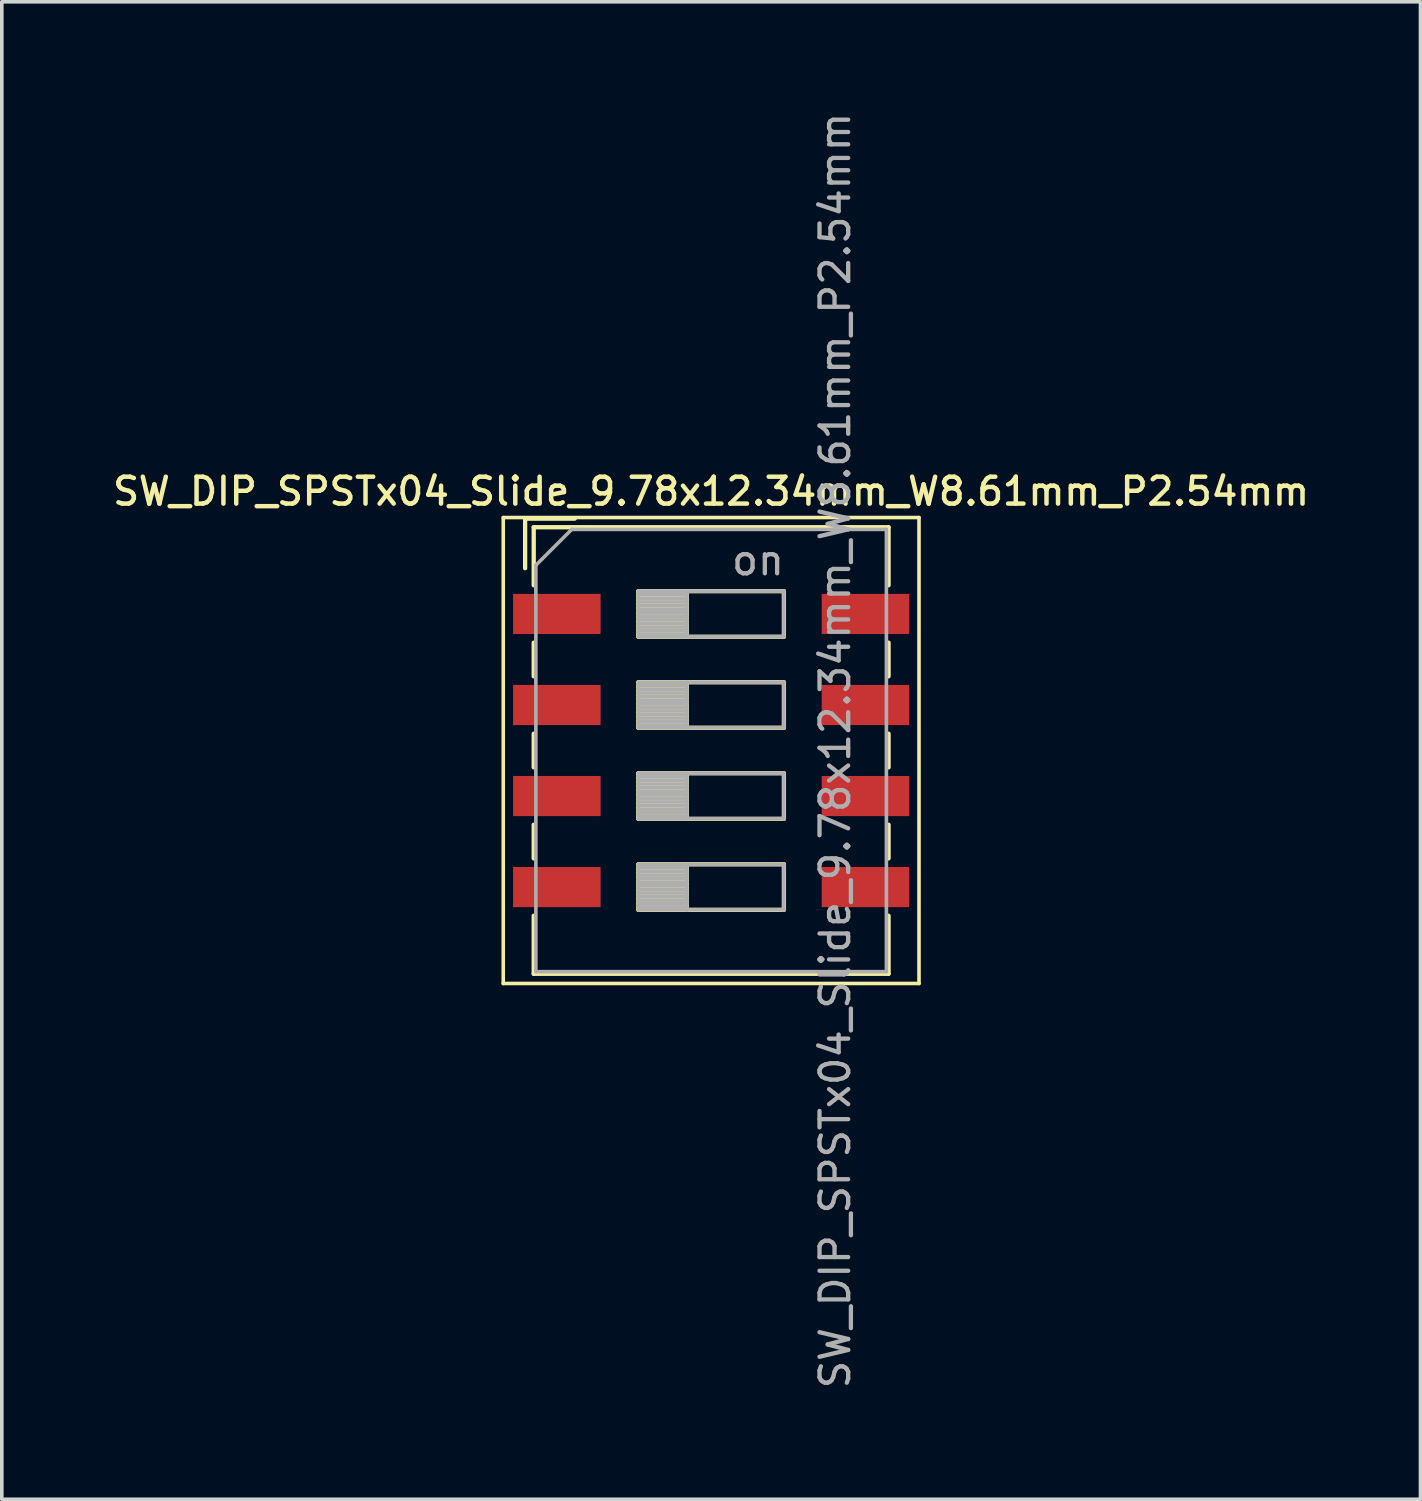
<source format=kicad_pcb>
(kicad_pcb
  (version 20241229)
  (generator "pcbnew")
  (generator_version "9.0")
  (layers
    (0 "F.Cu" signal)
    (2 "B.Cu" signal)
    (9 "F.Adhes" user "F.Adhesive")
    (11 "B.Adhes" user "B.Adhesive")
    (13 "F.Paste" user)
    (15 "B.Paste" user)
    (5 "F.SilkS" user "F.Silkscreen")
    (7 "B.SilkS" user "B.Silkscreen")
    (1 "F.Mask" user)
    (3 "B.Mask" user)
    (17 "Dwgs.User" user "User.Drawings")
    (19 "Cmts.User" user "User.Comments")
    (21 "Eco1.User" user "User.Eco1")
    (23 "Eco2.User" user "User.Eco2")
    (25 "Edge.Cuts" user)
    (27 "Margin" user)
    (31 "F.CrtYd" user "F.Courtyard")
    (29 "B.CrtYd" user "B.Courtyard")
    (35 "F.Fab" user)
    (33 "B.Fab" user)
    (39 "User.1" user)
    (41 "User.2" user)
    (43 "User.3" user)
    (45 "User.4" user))
  (footprint "SW_DIP_SPSTx04_Slide_9.78x12.34mm_W8.61mm_P2.54mm"
    (layer "F.Cu")
    (at 16.791 17.89)
    (property "Reference" "SW_DIP_SPSTx04_Slide_9.78x12.34mm_W8.61mm_P2.54mm" (at 0 -7.23 0) (layer "F.SilkS") (effects (font (size 0.75 0.75) (thickness 0.125))))
    (attr smd)
    (fp_line (start -5.8 -6.5) (end -5.8 6.5) (stroke (width 0.1) (type solid)) (layer "F.SilkS"))
    (fp_line (start -5.8 6.5) (end 5.8 6.5) (stroke (width 0.1) (type solid)) (layer "F.SilkS"))
    (fp_line (start -5.19 -6.47) (end -5.19 -5.087) (stroke (width 0.12) (type solid)) (layer "F.SilkS"))
    (fp_line (start -5.19 -6.47) (end -3.806 -6.47) (stroke (width 0.12) (type solid)) (layer "F.SilkS"))
    (fp_line (start -4.95 -6.23) (end -4.95 -4.61) (stroke (width 0.12) (type solid)) (layer "F.SilkS"))
    (fp_line (start -4.95 -6.23) (end 4.95 -6.23) (stroke (width 0.12) (type solid)) (layer "F.SilkS"))
    (fp_line (start -4.95 -3.01) (end -4.95 -2.07) (stroke (width 0.12) (type solid)) (layer "F.SilkS"))
    (fp_line (start -4.95 -0.47) (end -4.95 0.47) (stroke (width 0.12) (type solid)) (layer "F.SilkS"))
    (fp_line (start -4.95 2.07) (end -4.95 3.01) (stroke (width 0.12) (type solid)) (layer "F.SilkS"))
    (fp_line (start -4.95 4.61) (end -4.95 6.23) (stroke (width 0.12) (type solid)) (layer "F.SilkS"))
    (fp_line (start -4.95 6.23) (end 4.95 6.23) (stroke (width 0.12) (type solid)) (layer "F.SilkS"))
    (fp_line (start -2.03 -4.445) (end -2.03 -3.175) (stroke (width 0.12) (type solid)) (layer "F.SilkS"))
    (fp_line (start -2.03 -4.325) (end -0.677 -4.325) (stroke (width 0.12) (type solid)) (layer "F.SilkS"))
    (fp_line (start -2.03 -4.205) (end -0.677 -4.205) (stroke (width 0.12) (type solid)) (layer "F.SilkS"))
    (fp_line (start -2.03 -4.085) (end -0.677 -4.085) (stroke (width 0.12) (type solid)) (layer "F.SilkS"))
    (fp_line (start -2.03 -3.965) (end -0.677 -3.965) (stroke (width 0.12) (type solid)) (layer "F.SilkS"))
    (fp_line (start -2.03 -3.845) (end -0.677 -3.845) (stroke (width 0.12) (type solid)) (layer "F.SilkS"))
    (fp_line (start -2.03 -3.725) (end -0.677 -3.725) (stroke (width 0.12) (type solid)) (layer "F.SilkS"))
    (fp_line (start -2.03 -3.605) (end -0.677 -3.605) (stroke (width 0.12) (type solid)) (layer "F.SilkS"))
    (fp_line (start -2.03 -3.485) (end -0.677 -3.485) (stroke (width 0.12) (type solid)) (layer "F.SilkS"))
    (fp_line (start -2.03 -3.365) (end -0.677 -3.365) (stroke (width 0.12) (type solid)) (layer "F.SilkS"))
    (fp_line (start -2.03 -3.245) (end -0.677 -3.245) (stroke (width 0.12) (type solid)) (layer "F.SilkS"))
    (fp_line (start -2.03 -3.175) (end 2.03 -3.175) (stroke (width 0.12) (type solid)) (layer "F.SilkS"))
    (fp_line (start -2.03 -1.905) (end -2.03 -0.635) (stroke (width 0.12) (type solid)) (layer "F.SilkS"))
    (fp_line (start -2.03 -1.785) (end -0.677 -1.785) (stroke (width 0.12) (type solid)) (layer "F.SilkS"))
    (fp_line (start -2.03 -1.665) (end -0.677 -1.665) (stroke (width 0.12) (type solid)) (layer "F.SilkS"))
    (fp_line (start -2.03 -1.545) (end -0.677 -1.545) (stroke (width 0.12) (type solid)) (layer "F.SilkS"))
    (fp_line (start -2.03 -1.425) (end -0.677 -1.425) (stroke (width 0.12) (type solid)) (layer "F.SilkS"))
    (fp_line (start -2.03 -1.305) (end -0.677 -1.305) (stroke (width 0.12) (type solid)) (layer "F.SilkS"))
    (fp_line (start -2.03 -1.185) (end -0.677 -1.185) (stroke (width 0.12) (type solid)) (layer "F.SilkS"))
    (fp_line (start -2.03 -1.065) (end -0.677 -1.065) (stroke (width 0.12) (type solid)) (layer "F.SilkS"))
    (fp_line (start -2.03 -0.945) (end -0.677 -0.945) (stroke (width 0.12) (type solid)) (layer "F.SilkS"))
    (fp_line (start -2.03 -0.825) (end -0.677 -0.825) (stroke (width 0.12) (type solid)) (layer "F.SilkS"))
    (fp_line (start -2.03 -0.705) (end -0.677 -0.705) (stroke (width 0.12) (type solid)) (layer "F.SilkS"))
    (fp_line (start -2.03 -0.635) (end 2.03 -0.635) (stroke (width 0.12) (type solid)) (layer "F.SilkS"))
    (fp_line (start -2.03 0.635) (end -2.03 1.905) (stroke (width 0.12) (type solid)) (layer "F.SilkS"))
    (fp_line (start -2.03 0.755) (end -0.677 0.755) (stroke (width 0.12) (type solid)) (layer "F.SilkS"))
    (fp_line (start -2.03 0.875) (end -0.677 0.875) (stroke (width 0.12) (type solid)) (layer "F.SilkS"))
    (fp_line (start -2.03 0.995) (end -0.677 0.995) (stroke (width 0.12) (type solid)) (layer "F.SilkS"))
    (fp_line (start -2.03 1.115) (end -0.677 1.115) (stroke (width 0.12) (type solid)) (layer "F.SilkS"))
    (fp_line (start -2.03 1.235) (end -0.677 1.235) (stroke (width 0.12) (type solid)) (layer "F.SilkS"))
    (fp_line (start -2.03 1.355) (end -0.677 1.355) (stroke (width 0.12) (type solid)) (layer "F.SilkS"))
    (fp_line (start -2.03 1.475) (end -0.677 1.475) (stroke (width 0.12) (type solid)) (layer "F.SilkS"))
    (fp_line (start -2.03 1.595) (end -0.677 1.595) (stroke (width 0.12) (type solid)) (layer "F.SilkS"))
    (fp_line (start -2.03 1.715) (end -0.677 1.715) (stroke (width 0.12) (type solid)) (layer "F.SilkS"))
    (fp_line (start -2.03 1.835) (end -0.677 1.835) (stroke (width 0.12) (type solid)) (layer "F.SilkS"))
    (fp_line (start -2.03 1.905) (end 2.03 1.905) (stroke (width 0.12) (type solid)) (layer "F.SilkS"))
    (fp_line (start -2.03 3.175) (end -2.03 4.445) (stroke (width 0.12) (type solid)) (layer "F.SilkS"))
    (fp_line (start -2.03 3.295) (end -0.677 3.295) (stroke (width 0.12) (type solid)) (layer "F.SilkS"))
    (fp_line (start -2.03 3.415) (end -0.677 3.415) (stroke (width 0.12) (type solid)) (layer "F.SilkS"))
    (fp_line (start -2.03 3.535) (end -0.677 3.535) (stroke (width 0.12) (type solid)) (layer "F.SilkS"))
    (fp_line (start -2.03 3.655) (end -0.677 3.655) (stroke (width 0.12) (type solid)) (layer "F.SilkS"))
    (fp_line (start -2.03 3.775) (end -0.677 3.775) (stroke (width 0.12) (type solid)) (layer "F.SilkS"))
    (fp_line (start -2.03 3.895) (end -0.677 3.895) (stroke (width 0.12) (type solid)) (layer "F.SilkS"))
    (fp_line (start -2.03 4.015) (end -0.677 4.015) (stroke (width 0.12) (type solid)) (layer "F.SilkS"))
    (fp_line (start -2.03 4.135) (end -0.677 4.135) (stroke (width 0.12) (type solid)) (layer "F.SilkS"))
    (fp_line (start -2.03 4.255) (end -0.677 4.255) (stroke (width 0.12) (type solid)) (layer "F.SilkS"))
    (fp_line (start -2.03 4.375) (end -0.677 4.375) (stroke (width 0.12) (type solid)) (layer "F.SilkS"))
    (fp_line (start -2.03 4.445) (end 2.03 4.445) (stroke (width 0.12) (type solid)) (layer "F.SilkS"))
    (fp_line (start -0.677 -4.445) (end -0.677 -3.175) (stroke (width 0.12) (type solid)) (layer "F.SilkS"))
    (fp_line (start -0.677 -1.905) (end -0.677 -0.635) (stroke (width 0.12) (type solid)) (layer "F.SilkS"))
    (fp_line (start -0.677 0.635) (end -0.677 1.905) (stroke (width 0.12) (type solid)) (layer "F.SilkS"))
    (fp_line (start -0.677 3.175) (end -0.677 4.445) (stroke (width 0.12) (type solid)) (layer "F.SilkS"))
    (fp_line (start 2.03 -4.445) (end -2.03 -4.445) (stroke (width 0.12) (type solid)) (layer "F.SilkS"))
    (fp_line (start 2.03 -3.175) (end 2.03 -4.445) (stroke (width 0.12) (type solid)) (layer "F.SilkS"))
    (fp_line (start 2.03 -1.905) (end -2.03 -1.905) (stroke (width 0.12) (type solid)) (layer "F.SilkS"))
    (fp_line (start 2.03 -0.635) (end 2.03 -1.905) (stroke (width 0.12) (type solid)) (layer "F.SilkS"))
    (fp_line (start 2.03 0.635) (end -2.03 0.635) (stroke (width 0.12) (type solid)) (layer "F.SilkS"))
    (fp_line (start 2.03 1.905) (end 2.03 0.635) (stroke (width 0.12) (type solid)) (layer "F.SilkS"))
    (fp_line (start 2.03 3.175) (end -2.03 3.175) (stroke (width 0.12) (type solid)) (layer "F.SilkS"))
    (fp_line (start 2.03 4.445) (end 2.03 3.175) (stroke (width 0.12) (type solid)) (layer "F.SilkS"))
    (fp_line (start 4.95 -6.23) (end 4.95 -4.61) (stroke (width 0.12) (type solid)) (layer "F.SilkS"))
    (fp_line (start 4.95 -3.01) (end 4.95 -2.07) (stroke (width 0.12) (type solid)) (layer "F.SilkS"))
    (fp_line (start 4.95 -0.47) (end 4.95 0.47) (stroke (width 0.12) (type solid)) (layer "F.SilkS"))
    (fp_line (start 4.95 2.07) (end 4.95 3.01) (stroke (width 0.12) (type solid)) (layer "F.SilkS"))
    (fp_line (start 4.95 4.61) (end 4.95 6.23) (stroke (width 0.12) (type solid)) (layer "F.SilkS"))
    (fp_line (start 5.8 -6.5) (end -5.8 -6.5) (stroke (width 0.1) (type solid)) (layer "F.SilkS"))
    (fp_line (start 5.8 6.5) (end 5.8 -6.5) (stroke (width 0.1) (type solid)) (layer "F.SilkS"))
    (fp_line (start -4.89 -5.17) (end -3.89 -6.17) (stroke (width 0.1) (type solid)) (layer "F.Fab"))
    (fp_line (start -4.89 6.17) (end -4.89 -5.17) (stroke (width 0.1) (type solid)) (layer "F.Fab"))
    (fp_line (start -3.89 -6.17) (end 4.89 -6.17) (stroke (width 0.1) (type solid)) (layer "F.Fab"))
    (fp_line (start -2.03 -4.445) (end -2.03 -3.175) (stroke (width 0.1) (type solid)) (layer "F.Fab"))
    (fp_line (start -2.03 -4.345) (end -0.677 -4.345) (stroke (width 0.1) (type solid)) (layer "F.Fab"))
    (fp_line (start -2.03 -4.245) (end -0.677 -4.245) (stroke (width 0.1) (type solid)) (layer "F.Fab"))
    (fp_line (start -2.03 -4.145) (end -0.677 -4.145) (stroke (width 0.1) (type solid)) (layer "F.Fab"))
    (fp_line (start -2.03 -4.045) (end -0.677 -4.045) (stroke (width 0.1) (type solid)) (layer "F.Fab"))
    (fp_line (start -2.03 -3.945) (end -0.677 -3.945) (stroke (width 0.1) (type solid)) (layer "F.Fab"))
    (fp_line (start -2.03 -3.845) (end -0.677 -3.845) (stroke (width 0.1) (type solid)) (layer "F.Fab"))
    (fp_line (start -2.03 -3.745) (end -0.677 -3.745) (stroke (width 0.1) (type solid)) (layer "F.Fab"))
    (fp_line (start -2.03 -3.645) (end -0.677 -3.645) (stroke (width 0.1) (type solid)) (layer "F.Fab"))
    (fp_line (start -2.03 -3.545) (end -0.677 -3.545) (stroke (width 0.1) (type solid)) (layer "F.Fab"))
    (fp_line (start -2.03 -3.445) (end -0.677 -3.445) (stroke (width 0.1) (type solid)) (layer "F.Fab"))
    (fp_line (start -2.03 -3.345) (end -0.677 -3.345) (stroke (width 0.1) (type solid)) (layer "F.Fab"))
    (fp_line (start -2.03 -3.245) (end -0.677 -3.245) (stroke (width 0.1) (type solid)) (layer "F.Fab"))
    (fp_line (start -2.03 -3.175) (end 2.03 -3.175) (stroke (width 0.1) (type solid)) (layer "F.Fab"))
    (fp_line (start -2.03 -1.905) (end -2.03 -0.635) (stroke (width 0.1) (type solid)) (layer "F.Fab"))
    (fp_line (start -2.03 -1.805) (end -0.677 -1.805) (stroke (width 0.1) (type solid)) (layer "F.Fab"))
    (fp_line (start -2.03 -1.705) (end -0.677 -1.705) (stroke (width 0.1) (type solid)) (layer "F.Fab"))
    (fp_line (start -2.03 -1.605) (end -0.677 -1.605) (stroke (width 0.1) (type solid)) (layer "F.Fab"))
    (fp_line (start -2.03 -1.505) (end -0.677 -1.505) (stroke (width 0.1) (type solid)) (layer "F.Fab"))
    (fp_line (start -2.03 -1.405) (end -0.677 -1.405) (stroke (width 0.1) (type solid)) (layer "F.Fab"))
    (fp_line (start -2.03 -1.305) (end -0.677 -1.305) (stroke (width 0.1) (type solid)) (layer "F.Fab"))
    (fp_line (start -2.03 -1.205) (end -0.677 -1.205) (stroke (width 0.1) (type solid)) (layer "F.Fab"))
    (fp_line (start -2.03 -1.105) (end -0.677 -1.105) (stroke (width 0.1) (type solid)) (layer "F.Fab"))
    (fp_line (start -2.03 -1.005) (end -0.677 -1.005) (stroke (width 0.1) (type solid)) (layer "F.Fab"))
    (fp_line (start -2.03 -0.905) (end -0.677 -0.905) (stroke (width 0.1) (type solid)) (layer "F.Fab"))
    (fp_line (start -2.03 -0.805) (end -0.677 -0.805) (stroke (width 0.1) (type solid)) (layer "F.Fab"))
    (fp_line (start -2.03 -0.705) (end -0.677 -0.705) (stroke (width 0.1) (type solid)) (layer "F.Fab"))
    (fp_line (start -2.03 -0.635) (end 2.03 -0.635) (stroke (width 0.1) (type solid)) (layer "F.Fab"))
    (fp_line (start -2.03 0.635) (end -2.03 1.905) (stroke (width 0.1) (type solid)) (layer "F.Fab"))
    (fp_line (start -2.03 0.735) (end -0.677 0.735) (stroke (width 0.1) (type solid)) (layer "F.Fab"))
    (fp_line (start -2.03 0.835) (end -0.677 0.835) (stroke (width 0.1) (type solid)) (layer "F.Fab"))
    (fp_line (start -2.03 0.935) (end -0.677 0.935) (stroke (width 0.1) (type solid)) (layer "F.Fab"))
    (fp_line (start -2.03 1.035) (end -0.677 1.035) (stroke (width 0.1) (type solid)) (layer "F.Fab"))
    (fp_line (start -2.03 1.135) (end -0.677 1.135) (stroke (width 0.1) (type solid)) (layer "F.Fab"))
    (fp_line (start -2.03 1.235) (end -0.677 1.235) (stroke (width 0.1) (type solid)) (layer "F.Fab"))
    (fp_line (start -2.03 1.335) (end -0.677 1.335) (stroke (width 0.1) (type solid)) (layer "F.Fab"))
    (fp_line (start -2.03 1.435) (end -0.677 1.435) (stroke (width 0.1) (type solid)) (layer "F.Fab"))
    (fp_line (start -2.03 1.535) (end -0.677 1.535) (stroke (width 0.1) (type solid)) (layer "F.Fab"))
    (fp_line (start -2.03 1.635) (end -0.677 1.635) (stroke (width 0.1) (type solid)) (layer "F.Fab"))
    (fp_line (start -2.03 1.735) (end -0.677 1.735) (stroke (width 0.1) (type solid)) (layer "F.Fab"))
    (fp_line (start -2.03 1.835) (end -0.677 1.835) (stroke (width 0.1) (type solid)) (layer "F.Fab"))
    (fp_line (start -2.03 1.905) (end 2.03 1.905) (stroke (width 0.1) (type solid)) (layer "F.Fab"))
    (fp_line (start -2.03 3.175) (end -2.03 4.445) (stroke (width 0.1) (type solid)) (layer "F.Fab"))
    (fp_line (start -2.03 3.275) (end -0.677 3.275) (stroke (width 0.1) (type solid)) (layer "F.Fab"))
    (fp_line (start -2.03 3.375) (end -0.677 3.375) (stroke (width 0.1) (type solid)) (layer "F.Fab"))
    (fp_line (start -2.03 3.475) (end -0.677 3.475) (stroke (width 0.1) (type solid)) (layer "F.Fab"))
    (fp_line (start -2.03 3.575) (end -0.677 3.575) (stroke (width 0.1) (type solid)) (layer "F.Fab"))
    (fp_line (start -2.03 3.675) (end -0.677 3.675) (stroke (width 0.1) (type solid)) (layer "F.Fab"))
    (fp_line (start -2.03 3.775) (end -0.677 3.775) (stroke (width 0.1) (type solid)) (layer "F.Fab"))
    (fp_line (start -2.03 3.875) (end -0.677 3.875) (stroke (width 0.1) (type solid)) (layer "F.Fab"))
    (fp_line (start -2.03 3.975) (end -0.677 3.975) (stroke (width 0.1) (type solid)) (layer "F.Fab"))
    (fp_line (start -2.03 4.075) (end -0.677 4.075) (stroke (width 0.1) (type solid)) (layer "F.Fab"))
    (fp_line (start -2.03 4.175) (end -0.677 4.175) (stroke (width 0.1) (type solid)) (layer "F.Fab"))
    (fp_line (start -2.03 4.275) (end -0.677 4.275) (stroke (width 0.1) (type solid)) (layer "F.Fab"))
    (fp_line (start -2.03 4.375) (end -0.677 4.375) (stroke (width 0.1) (type solid)) (layer "F.Fab"))
    (fp_line (start -2.03 4.445) (end 2.03 4.445) (stroke (width 0.1) (type solid)) (layer "F.Fab"))
    (fp_line (start -0.677 -4.445) (end -0.677 -3.175) (stroke (width 0.1) (type solid)) (layer "F.Fab"))
    (fp_line (start -0.677 -1.905) (end -0.677 -0.635) (stroke (width 0.1) (type solid)) (layer "F.Fab"))
    (fp_line (start -0.677 0.635) (end -0.677 1.905) (stroke (width 0.1) (type solid)) (layer "F.Fab"))
    (fp_line (start -0.677 3.175) (end -0.677 4.445) (stroke (width 0.1) (type solid)) (layer "F.Fab"))
    (fp_line (start 2.03 -4.445) (end -2.03 -4.445) (stroke (width 0.1) (type solid)) (layer "F.Fab"))
    (fp_line (start 2.03 -3.175) (end 2.03 -4.445) (stroke (width 0.1) (type solid)) (layer "F.Fab"))
    (fp_line (start 2.03 -1.905) (end -2.03 -1.905) (stroke (width 0.1) (type solid)) (layer "F.Fab"))
    (fp_line (start 2.03 -0.635) (end 2.03 -1.905) (stroke (width 0.1) (type solid)) (layer "F.Fab"))
    (fp_line (start 2.03 0.635) (end -2.03 0.635) (stroke (width 0.1) (type solid)) (layer "F.Fab"))
    (fp_line (start 2.03 1.905) (end 2.03 0.635) (stroke (width 0.1) (type solid)) (layer "F.Fab"))
    (fp_line (start 2.03 3.175) (end -2.03 3.175) (stroke (width 0.1) (type solid)) (layer "F.Fab"))
    (fp_line (start 2.03 4.445) (end 2.03 3.175) (stroke (width 0.1) (type solid)) (layer "F.Fab"))
    (fp_line (start 4.89 -6.17) (end 4.89 6.17) (stroke (width 0.1) (type solid)) (layer "F.Fab"))
    (fp_line (start 4.89 6.17) (end -4.89 6.17) (stroke (width 0.1) (type solid)) (layer "F.Fab"))
    (fp_text user "${REFERENCE}" (at 3.46 0 90) (layer "F.Fab") (effects (font (size 0.8 0.8) (thickness 0.12))))
    (fp_text user "on" (at 1.308 -5.308 0) (layer "F.Fab") (effects (font (size 0.8 0.8) (thickness 0.12))))
    (pad "1" smd rect (at -4.305 -3.81) (size 2.44 1.12) (layers "F.Cu" "F.Mask" "F.Paste"))
    (pad "2" smd rect (at -4.305 -1.27) (size 2.44 1.12) (layers "F.Cu" "F.Mask" "F.Paste"))
    (pad "3" smd rect (at -4.305 1.27) (size 2.44 1.12) (layers "F.Cu" "F.Mask" "F.Paste"))
    (pad "4" smd rect (at -4.305 3.81) (size 2.44 1.12) (layers "F.Cu" "F.Mask" "F.Paste"))
    (pad "5" smd rect (at 4.305 3.81) (size 2.44 1.12) (layers "F.Cu" "F.Mask" "F.Paste"))
    (pad "6" smd rect (at 4.305 1.27) (size 2.44 1.12) (layers "F.Cu" "F.Mask" "F.Paste"))
    (pad "7" smd rect (at 4.305 -1.27) (size 2.44 1.12) (layers "F.Cu" "F.Mask" "F.Paste"))
    (pad "8" smd rect (at 4.305 -3.81) (size 2.44 1.12) (layers "F.Cu" "F.Mask" "F.Paste")))
  (gr_rect
    (start -3 -3)
    (end 36.582 38.781)
    (stroke (width 0.1) (type default))
    (fill no)
    (layer "Edge.Cuts")))
</source>
